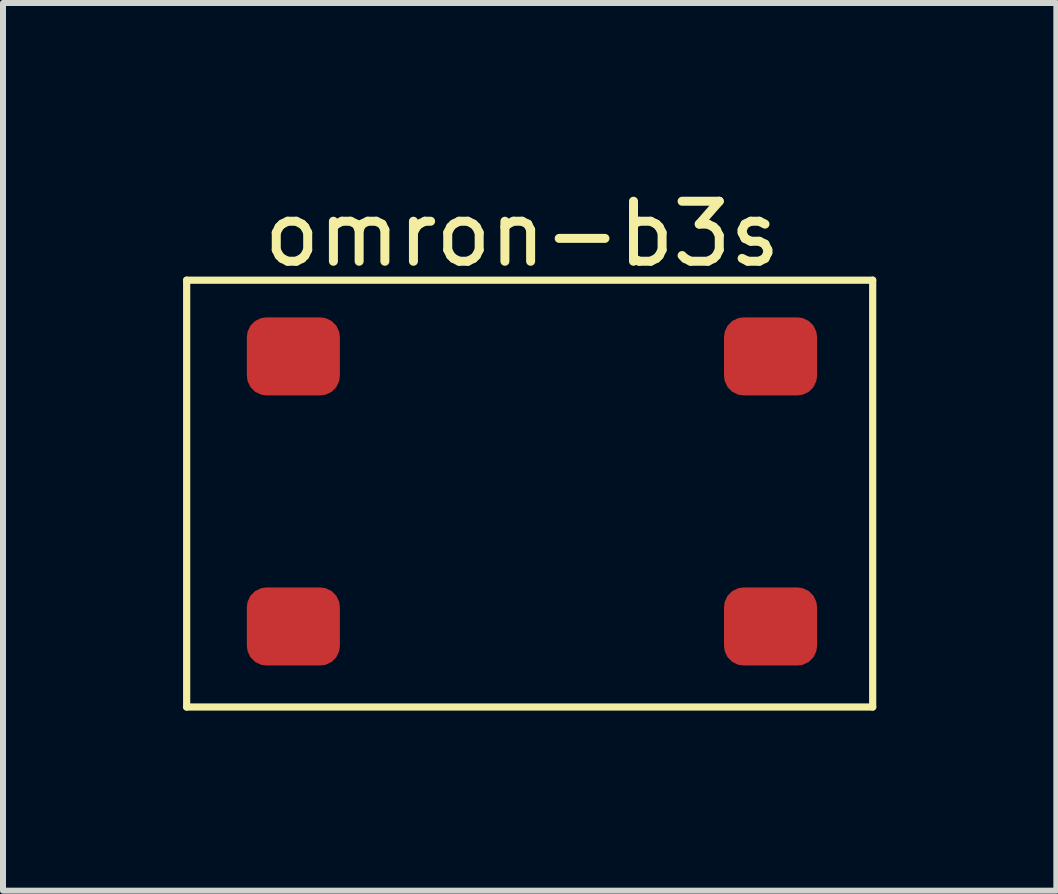
<source format=kicad_pcb>
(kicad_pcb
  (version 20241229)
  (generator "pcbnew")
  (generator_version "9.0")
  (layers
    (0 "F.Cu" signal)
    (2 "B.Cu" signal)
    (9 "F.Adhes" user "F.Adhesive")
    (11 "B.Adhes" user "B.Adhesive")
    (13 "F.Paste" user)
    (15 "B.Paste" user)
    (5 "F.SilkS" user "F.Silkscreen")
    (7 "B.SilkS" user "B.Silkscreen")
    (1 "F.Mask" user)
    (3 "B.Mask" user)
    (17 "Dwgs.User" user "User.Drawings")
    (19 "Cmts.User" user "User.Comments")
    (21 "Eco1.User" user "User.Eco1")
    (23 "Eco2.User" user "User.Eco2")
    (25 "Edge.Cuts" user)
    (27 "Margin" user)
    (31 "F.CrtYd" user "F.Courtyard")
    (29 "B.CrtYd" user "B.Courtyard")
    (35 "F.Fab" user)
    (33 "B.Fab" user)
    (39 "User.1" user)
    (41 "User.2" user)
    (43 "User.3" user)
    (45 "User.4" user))
  (footprint "omron-b3s"
    (layer "F.Cu")
    (at 5.648 0.348)
    (property "Reference" "omron-b3s" (at 0 0.5 0) (layer "F.SilkS") (effects (font (size 1 1) (thickness 0.15))))
    (attr through_hole)
    (fp_line (start -5.588 1.27) (end -5.588 8.382) (stroke (width 0.12) (type solid)) (layer "F.SilkS"))
    (fp_line (start -5.588 8.382) (end 5.842 8.382) (stroke (width 0.12) (type solid)) (layer "F.SilkS"))
    (fp_line (start 5.842 1.27) (end -5.588 1.27) (stroke (width 0.12) (type solid)) (layer "F.SilkS"))
    (fp_line (start 5.842 8.382) (end 5.842 1.27) (stroke (width 0.12) (type solid)) (layer "F.SilkS"))
    (pad "1" smd roundrect (at 4.14 7.04) (size 1.55 1.3) (layers "F.Cu" "F.Mask" "F.Paste") (roundrect_rratio 0.25))
    (pad "2" smd roundrect (at -3.81 7.04) (size 1.55 1.3) (layers "F.Cu" "F.Mask" "F.Paste") (roundrect_rratio 0.25))
    (pad "3" smd roundrect (at 4.14 2.54) (size 1.55 1.3) (layers "F.Cu" "F.Mask" "F.Paste") (roundrect_rratio 0.25))
    (pad "4" smd roundrect (at -3.81 2.54) (size 1.55 1.3) (layers "F.Cu" "F.Mask" "F.Paste") (roundrect_rratio 0.25)))
  (gr_rect
    (start -3 -3)
    (end 14.55 11.79)
    (stroke (width 0.1) (type default))
    (fill no)
    (layer "Edge.Cuts")))
</source>
